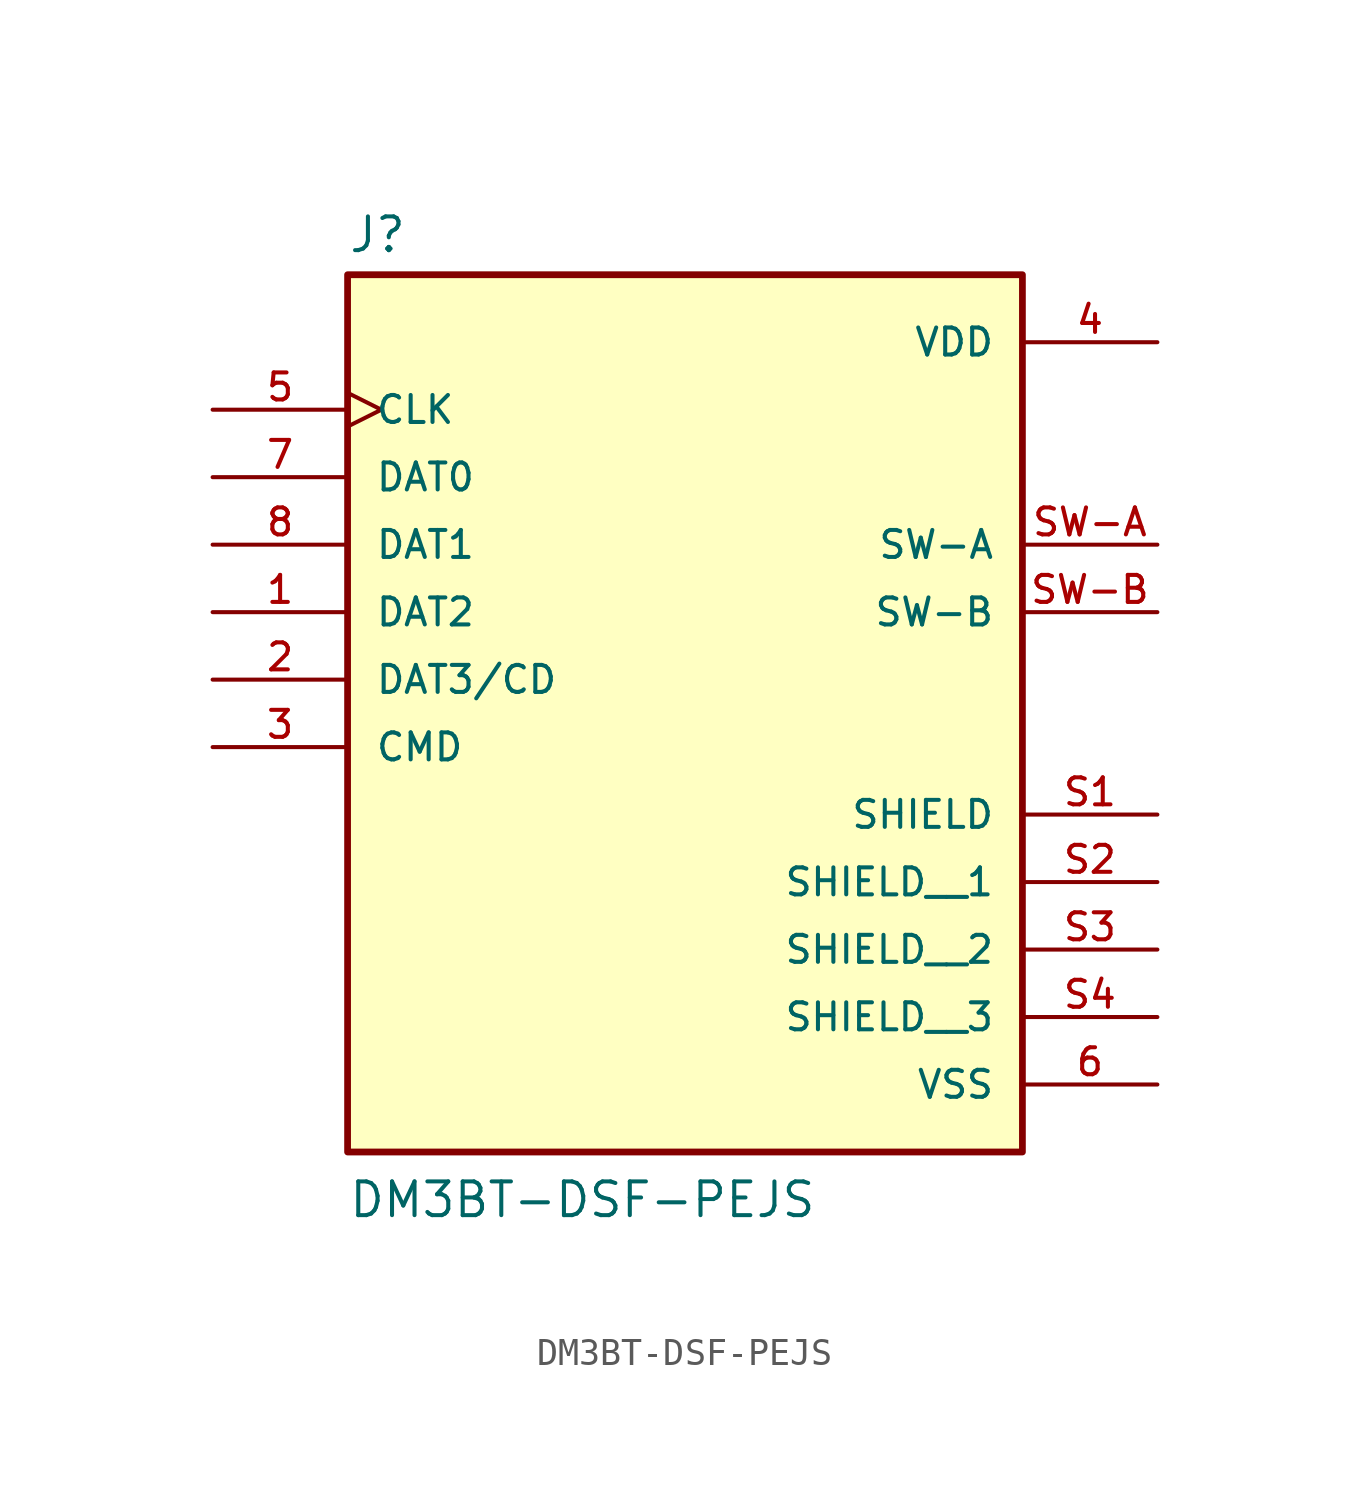
<source format=kicad_sym>
(kicad_symbol_lib
  (version 20211014)
  (generator kicad_symbol_editor)
  (symbol "DM3BT-DSF-PEJS"
    (pin_names
      (offset 1.016))
    (property "Reference" "J"
      (at -12.7 13.462 0)
      (effects (font (size 1.27 1.27)) (justify bottom left)))
    (property "Value" "DM3BT-DSF-PEJS"
      (at -12.7 -22.86 0)
      (effects (font (size 1.27 1.27)) (justify bottom left)))
    (symbol "DM3BT-DSF-PEJS_0_0"
      (rectangle (start -12.7 -20.32) (end 12.7 12.7) (stroke (width 0.254)) (fill (type background)))
      (pin bidirectional line (at 17.78 2.54 180.0) (length 5.08) (name "SW-A" (effects (font (size 1.016 1.016)))) (number "SW-A" (effects (font (size 1.016 1.016)))))
      (pin input clock (at -17.78 7.62 0) (length 5.08) (name "CLK" (effects (font (size 1.016 1.016)))) (number "5" (effects (font (size 1.016 1.016)))))
      (pin bidirectional line (at -17.78 -5.08 0) (length 5.08) (name "CMD" (effects (font (size 1.016 1.016)))) (number "3" (effects (font (size 1.016 1.016)))))
      (pin bidirectional line (at -17.78 5.08 0) (length 5.08) (name "DAT0" (effects (font (size 1.016 1.016)))) (number "7" (effects (font (size 1.016 1.016)))))
      (pin bidirectional line (at -17.78 2.54 0) (length 5.08) (name "DAT1" (effects (font (size 1.016 1.016)))) (number "8" (effects (font (size 1.016 1.016)))))
      (pin bidirectional line (at -17.78 0.0 0) (length 5.08) (name "DAT2" (effects (font (size 1.016 1.016)))) (number "1" (effects (font (size 1.016 1.016)))))
      (pin bidirectional line (at -17.78 -2.54 0) (length 5.08) (name "DAT3/CD" (effects (font (size 1.016 1.016)))) (number "2" (effects (font (size 1.016 1.016)))))
      (pin passive line (at 17.78 -7.62 180.0) (length 5.08) (name "SHIELD" (effects (font (size 1.016 1.016)))) (number "S1" (effects (font (size 1.016 1.016)))))
      (pin power_in line (at 17.78 10.16 180.0) (length 5.08) (name "VDD" (effects (font (size 1.016 1.016)))) (number "4" (effects (font (size 1.016 1.016)))))
      (pin power_in line (at 17.78 -17.78 180.0) (length 5.08) (name "VSS" (effects (font (size 1.016 1.016)))) (number "6" (effects (font (size 1.016 1.016)))))
      (pin bidirectional line (at 17.78 0.0 180.0) (length 5.08) (name "SW-B" (effects (font (size 1.016 1.016)))) (number "SW-B" (effects (font (size 1.016 1.016)))))
      (pin passive line (at 17.78 -10.16 180.0) (length 5.08) (name "SHIELD__1" (effects (font (size 1.016 1.016)))) (number "S2" (effects (font (size 1.016 1.016)))))
      (pin passive line (at 17.78 -12.7 180.0) (length 5.08) (name "SHIELD__2" (effects (font (size 1.016 1.016)))) (number "S3" (effects (font (size 1.016 1.016)))))
      (pin passive line (at 17.78 -15.24 180.0) (length 5.08) (name "SHIELD__3" (effects (font (size 1.016 1.016)))) (number "S4" (effects (font (size 1.016 1.016))))))))
</source>
